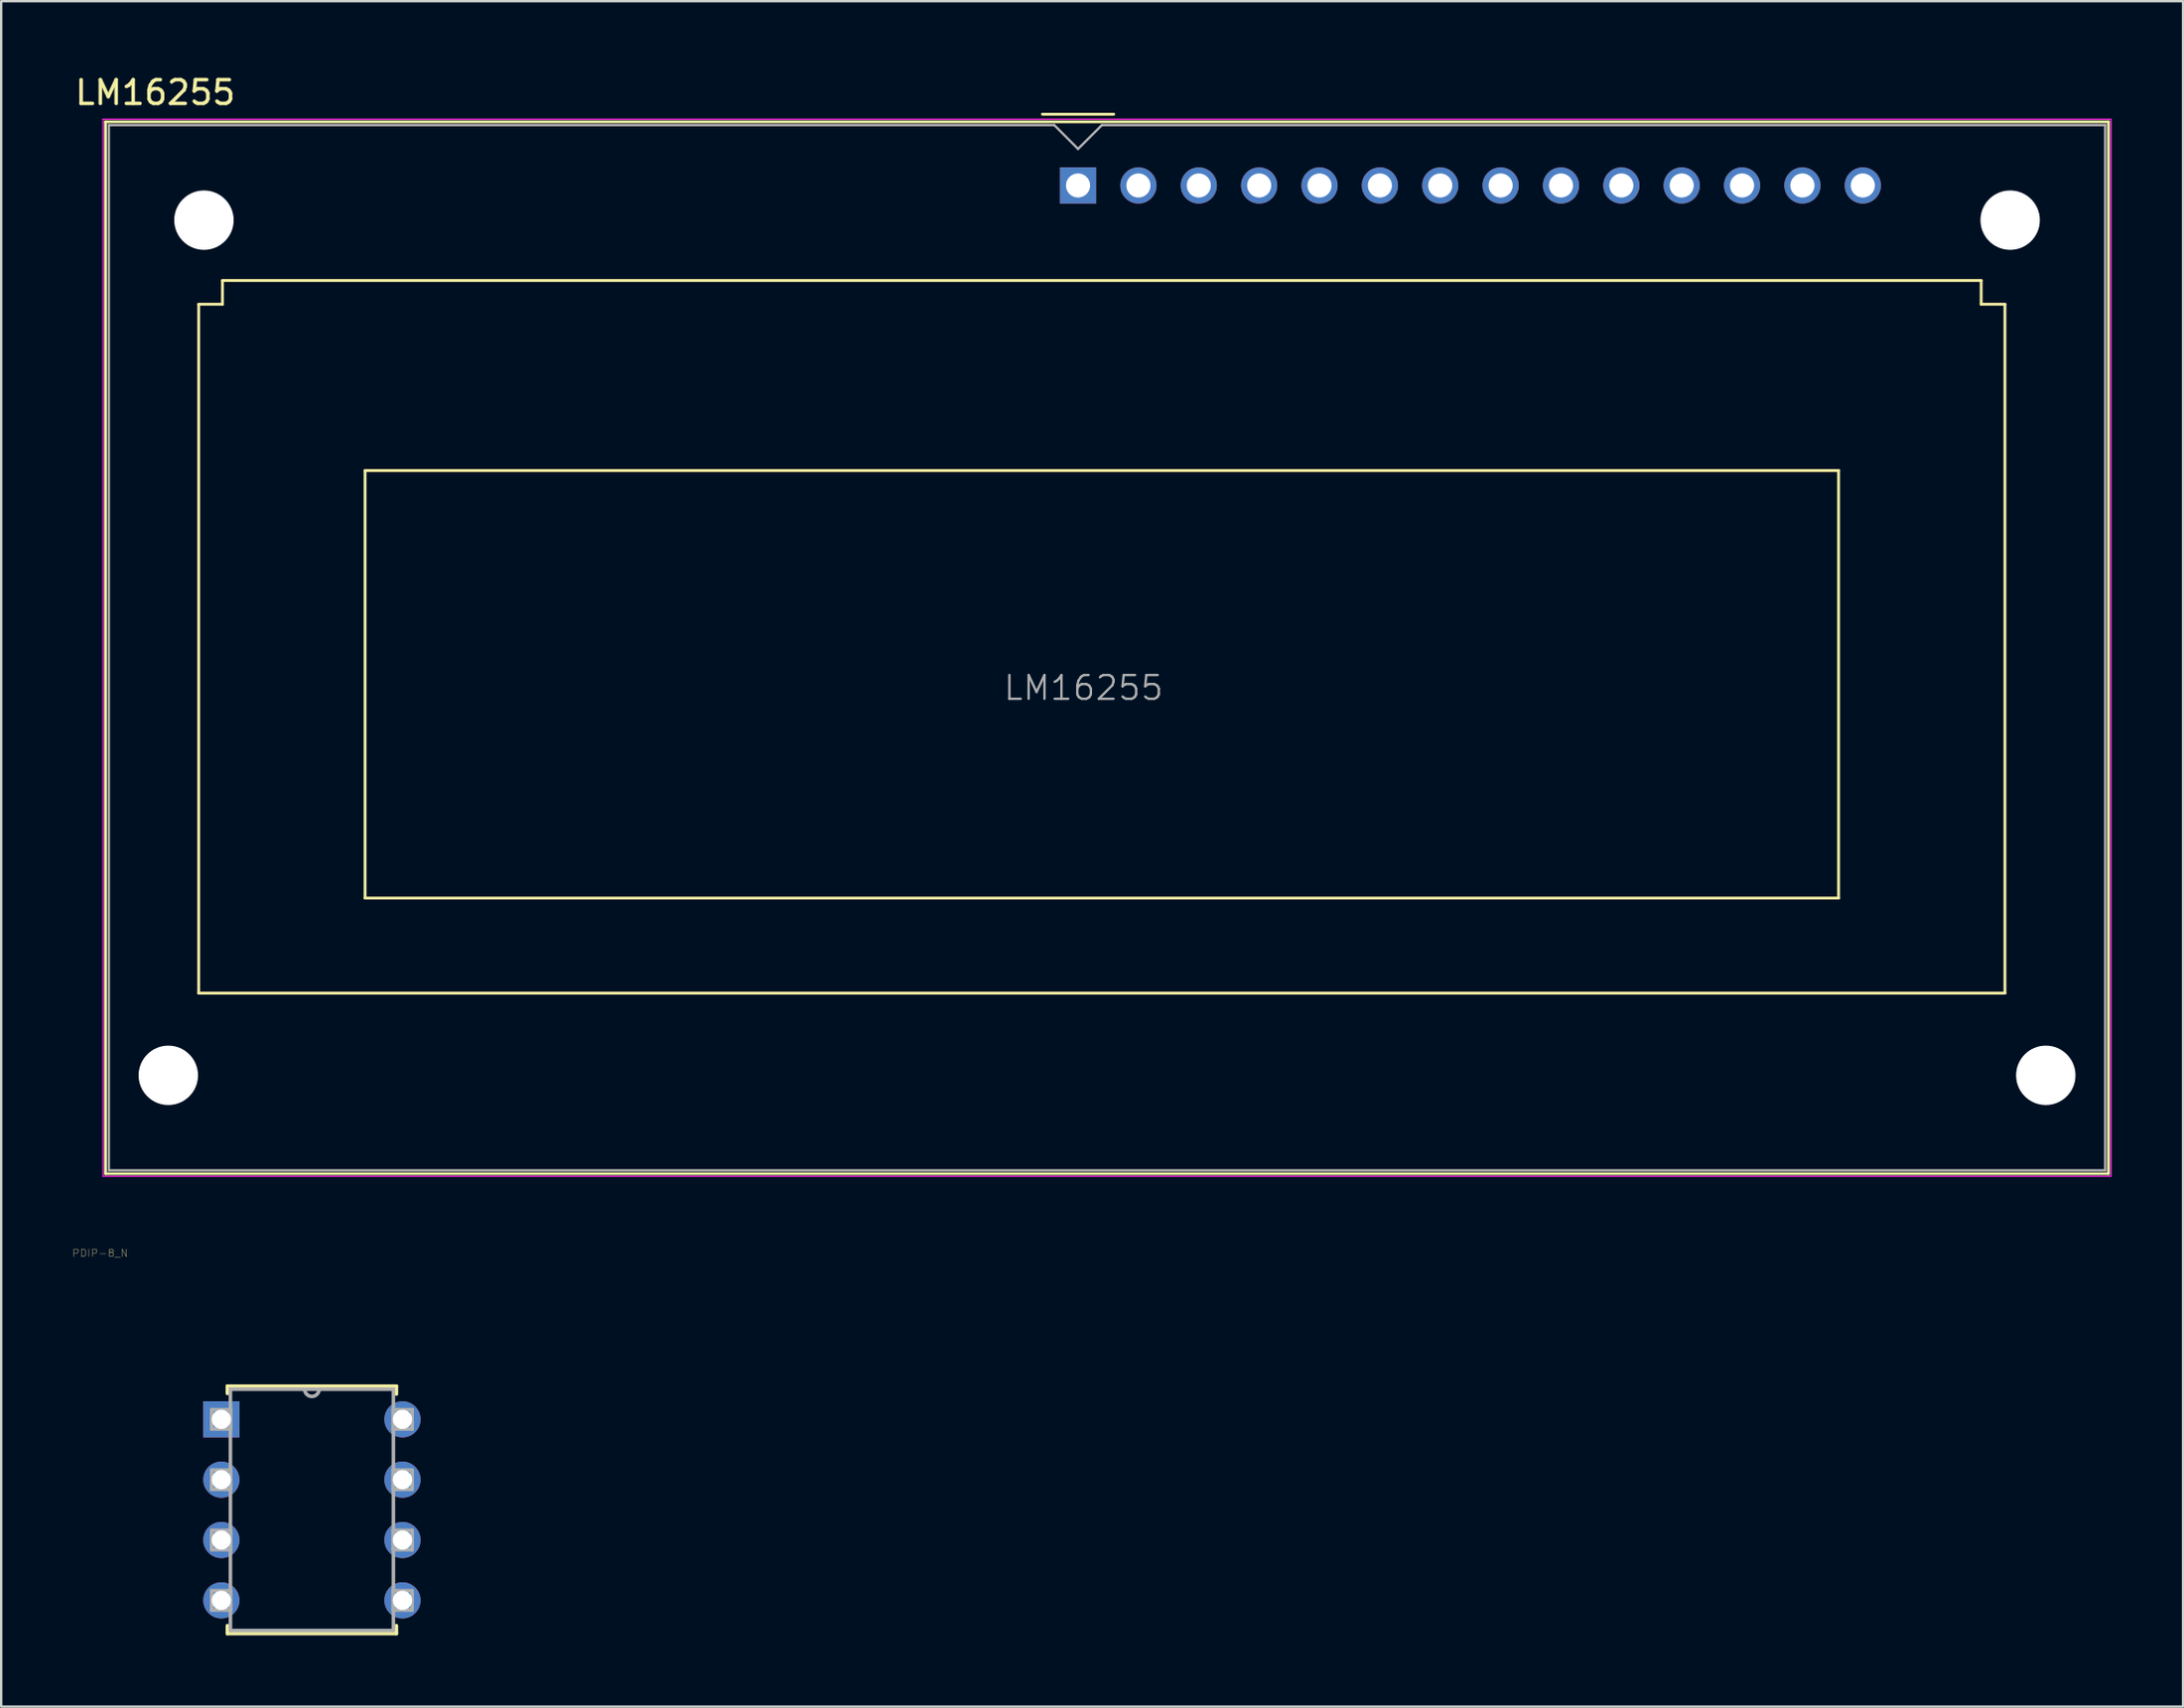
<source format=kicad_pcb>
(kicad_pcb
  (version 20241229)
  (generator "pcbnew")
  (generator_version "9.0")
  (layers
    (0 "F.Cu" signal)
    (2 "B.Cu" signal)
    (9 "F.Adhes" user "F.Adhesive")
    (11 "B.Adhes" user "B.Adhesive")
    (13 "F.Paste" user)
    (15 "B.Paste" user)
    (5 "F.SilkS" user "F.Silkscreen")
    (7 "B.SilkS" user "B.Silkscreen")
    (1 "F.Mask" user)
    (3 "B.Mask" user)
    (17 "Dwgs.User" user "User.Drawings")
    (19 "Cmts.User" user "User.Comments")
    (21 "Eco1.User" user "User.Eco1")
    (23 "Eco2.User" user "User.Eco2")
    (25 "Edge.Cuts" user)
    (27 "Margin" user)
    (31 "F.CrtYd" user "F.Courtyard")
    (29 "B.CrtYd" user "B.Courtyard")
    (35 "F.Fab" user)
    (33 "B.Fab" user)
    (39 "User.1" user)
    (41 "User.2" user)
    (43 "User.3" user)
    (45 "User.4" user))
  (footprint "PDIP-8_N"
    (layer "F.Cu")
    (at 13.884 64.32)
    (property "Reference" "PDIP-8_N" (at -12.716 -14.616 0) (layer "F.SilkS") (effects (font (size 0.315 0.315) (thickness 0.015))))
    (attr through_hole)
    (fp_line (start -7.366 -9.017) (end -7.366 -8.712) (stroke (width 0.152) (type solid)) (layer "F.SilkS"))
    (fp_line (start -7.366 1.067) (end -7.366 1.397) (stroke (width 0.152) (type solid)) (layer "F.SilkS"))
    (fp_line (start -7.366 1.397) (end -0.254 1.397) (stroke (width 0.152) (type solid)) (layer "F.SilkS"))
    (fp_line (start -0.254 -9.017) (end -7.366 -9.017) (stroke (width 0.152) (type solid)) (layer "F.SilkS"))
    (fp_line (start -0.254 -8.687) (end -0.254 -9.017) (stroke (width 0.152) (type solid)) (layer "F.SilkS"))
    (fp_line (start -0.254 1.397) (end -0.254 1.067) (stroke (width 0.152) (type solid)) (layer "F.SilkS"))
    (fp_line (start -8.026 -8.026) (end -8.026 -7.214) (stroke (width 0.152) (type solid)) (layer "F.Fab"))
    (fp_line (start -8.026 -7.214) (end -7.239 -7.214) (stroke (width 0.152) (type solid)) (layer "F.Fab"))
    (fp_line (start -8.026 -5.486) (end -8.026 -4.674) (stroke (width 0.152) (type solid)) (layer "F.Fab"))
    (fp_line (start -8.026 -4.674) (end -7.239 -4.674) (stroke (width 0.152) (type solid)) (layer "F.Fab"))
    (fp_line (start -8.026 -2.946) (end -8.026 -2.134) (stroke (width 0.152) (type solid)) (layer "F.Fab"))
    (fp_line (start -8.026 -2.134) (end -7.239 -2.134) (stroke (width 0.152) (type solid)) (layer "F.Fab"))
    (fp_line (start -8.026 -0.406) (end -8.026 0.406) (stroke (width 0.152) (type solid)) (layer "F.Fab"))
    (fp_line (start -8.026 0.406) (end -7.239 0.406) (stroke (width 0.152) (type solid)) (layer "F.Fab"))
    (fp_line (start -7.239 -8.89) (end -7.239 1.27) (stroke (width 0.152) (type solid)) (layer "F.Fab"))
    (fp_line (start -7.239 -8.026) (end -8.026 -8.026) (stroke (width 0.152) (type solid)) (layer "F.Fab"))
    (fp_line (start -7.239 -7.214) (end -7.239 -8.026) (stroke (width 0.152) (type solid)) (layer "F.Fab"))
    (fp_line (start -7.239 -5.486) (end -8.026 -5.486) (stroke (width 0.152) (type solid)) (layer "F.Fab"))
    (fp_line (start -7.239 -4.674) (end -7.239 -5.486) (stroke (width 0.152) (type solid)) (layer "F.Fab"))
    (fp_line (start -7.239 -2.946) (end -8.026 -2.946) (stroke (width 0.152) (type solid)) (layer "F.Fab"))
    (fp_line (start -7.239 -2.134) (end -7.239 -2.946) (stroke (width 0.152) (type solid)) (layer "F.Fab"))
    (fp_line (start -7.239 -0.406) (end -8.026 -0.406) (stroke (width 0.152) (type solid)) (layer "F.Fab"))
    (fp_line (start -7.239 0.406) (end -7.239 -0.406) (stroke (width 0.152) (type solid)) (layer "F.Fab"))
    (fp_line (start -7.239 1.27) (end -0.381 1.27) (stroke (width 0.152) (type solid)) (layer "F.Fab"))
    (fp_line (start -4.115 -8.89) (end -7.239 -8.89) (stroke (width 0.152) (type solid)) (layer "F.Fab"))
    (fp_line (start -3.505 -8.89) (end -4.115 -8.89) (stroke (width 0.152) (type solid)) (layer "F.Fab"))
    (fp_line (start -0.381 -8.89) (end -3.505 -8.89) (stroke (width 0.152) (type solid)) (layer "F.Fab"))
    (fp_line (start -0.381 -8.026) (end -0.381 -7.214) (stroke (width 0.152) (type solid)) (layer "F.Fab"))
    (fp_line (start -0.381 -7.214) (end 0.406 -7.214) (stroke (width 0.152) (type solid)) (layer "F.Fab"))
    (fp_line (start -0.381 -5.486) (end -0.381 -4.674) (stroke (width 0.152) (type solid)) (layer "F.Fab"))
    (fp_line (start -0.381 -4.674) (end 0.406 -4.674) (stroke (width 0.152) (type solid)) (layer "F.Fab"))
    (fp_line (start -0.381 -2.946) (end -0.381 -2.134) (stroke (width 0.152) (type solid)) (layer "F.Fab"))
    (fp_line (start -0.381 -2.134) (end 0.406 -2.134) (stroke (width 0.152) (type solid)) (layer "F.Fab"))
    (fp_line (start -0.381 -0.406) (end -0.381 0.406) (stroke (width 0.152) (type solid)) (layer "F.Fab"))
    (fp_line (start -0.381 0.406) (end 0.406 0.406) (stroke (width 0.152) (type solid)) (layer "F.Fab"))
    (fp_line (start -0.381 1.27) (end -0.381 -8.89) (stroke (width 0.152) (type solid)) (layer "F.Fab"))
    (fp_line (start 0.406 -8.026) (end -0.381 -8.026) (stroke (width 0.152) (type solid)) (layer "F.Fab"))
    (fp_line (start 0.406 -7.214) (end 0.406 -8.026) (stroke (width 0.152) (type solid)) (layer "F.Fab"))
    (fp_line (start 0.406 -5.486) (end -0.381 -5.486) (stroke (width 0.152) (type solid)) (layer "F.Fab"))
    (fp_line (start 0.406 -4.674) (end 0.406 -5.486) (stroke (width 0.152) (type solid)) (layer "F.Fab"))
    (fp_line (start 0.406 -2.946) (end -0.381 -2.946) (stroke (width 0.152) (type solid)) (layer "F.Fab"))
    (fp_line (start 0.406 -2.134) (end 0.406 -2.946) (stroke (width 0.152) (type solid)) (layer "F.Fab"))
    (fp_line (start 0.406 -0.406) (end -0.381 -0.406) (stroke (width 0.152) (type solid)) (layer "F.Fab"))
    (fp_line (start 0.406 0.406) (end 0.406 -0.406) (stroke (width 0.152) (type solid)) (layer "F.Fab"))
    (fp_arc (start -3.5052 -8.89) (mid -3.81 -8.5852) (end -4.1148 -8.89) (stroke (width 0.1524) (type solid)) (layer "F.Fab"))
    (pad "1" thru_hole rect (at -7.62 -7.62) (size 1.524 1.524) (drill 0.813) (layers "*.Cu" "*.Mask"))
    (pad "2" thru_hole circle (at -7.62 -5.08) (size 1.524 1.524) (drill 0.813) (layers "*.Cu" "*.Mask"))
    (pad "3" thru_hole circle (at -7.62 -2.54) (size 1.524 1.524) (drill 0.813) (layers "*.Cu" "*.Mask"))
    (pad "4" thru_hole circle (at -7.62 0) (size 1.524 1.524) (drill 0.813) (layers "*.Cu" "*.Mask"))
    (pad "5" thru_hole circle (at 0 0) (size 1.524 1.524) (drill 0.813) (layers "*.Cu" "*.Mask"))
    (pad "6" thru_hole circle (at 0 -2.54) (size 1.524 1.524) (drill 0.813) (layers "*.Cu" "*.Mask"))
    (pad "7" thru_hole circle (at 0 -5.08) (size 1.524 1.524) (drill 0.813) (layers "*.Cu" "*.Mask"))
    (pad "8" thru_hole circle (at 0 -7.62) (size 1.524 1.524) (drill 0.813) (layers "*.Cu" "*.Mask")))
  (footprint "LM16255"
    (layer "F.Cu")
    (at 42.312 4.758)
    (property "Reference" "LM16255" (at -38.83 -3.91 0) (layer "F.SilkS") (effects (font (size 1 1) (thickness 0.15))))
    (attr through_hole)
    (fp_line (start -40.92 -2.68) (end 43.36 -2.68) (stroke (width 0.12) (type solid)) (layer "F.SilkS"))
    (fp_line (start -40.92 41.6) (end -40.92 -2.68) (stroke (width 0.12) (type solid)) (layer "F.SilkS"))
    (fp_line (start -37 5) (end -36 5) (stroke (width 0.12) (type solid)) (layer "F.SilkS"))
    (fp_line (start -37 34) (end -37 5) (stroke (width 0.12) (type solid)) (layer "F.SilkS"))
    (fp_line (start -36 4) (end 38 4) (stroke (width 0.12) (type solid)) (layer "F.SilkS"))
    (fp_line (start -36 5) (end -36 4) (stroke (width 0.12) (type solid)) (layer "F.SilkS"))
    (fp_line (start -30 12) (end 32 12) (stroke (width 0.12) (type solid)) (layer "F.SilkS"))
    (fp_line (start -30 30) (end -30 12) (stroke (width 0.12) (type solid)) (layer "F.SilkS"))
    (fp_line (start -1.5 -3) (end 1.5 -3) (stroke (width 0.12) (type solid)) (layer "F.SilkS"))
    (fp_line (start 32 12) (end 32 30) (stroke (width 0.12) (type solid)) (layer "F.SilkS"))
    (fp_line (start 32 30) (end -30 30) (stroke (width 0.12) (type solid)) (layer "F.SilkS"))
    (fp_line (start 38 4) (end 38 5) (stroke (width 0.12) (type solid)) (layer "F.SilkS"))
    (fp_line (start 38 5) (end 39 5) (stroke (width 0.12) (type solid)) (layer "F.SilkS"))
    (fp_line (start 39 5) (end 39 34) (stroke (width 0.12) (type solid)) (layer "F.SilkS"))
    (fp_line (start 39 34) (end -37 34) (stroke (width 0.12) (type solid)) (layer "F.SilkS"))
    (fp_line (start 43.36 -2.68) (end 43.36 41.6) (stroke (width 0.12) (type solid)) (layer "F.SilkS"))
    (fp_line (start 43.36 41.6) (end -40.92 41.6) (stroke (width 0.12) (type solid)) (layer "F.SilkS"))
    (fp_line (start -41.03 -2.79) (end 43.47 -2.79) (stroke (width 0.05) (type solid)) (layer "F.CrtYd"))
    (fp_line (start -41.03 41.71) (end -41.03 -2.79) (stroke (width 0.05) (type solid)) (layer "F.CrtYd"))
    (fp_line (start 43.47 -2.79) (end 43.47 41.71) (stroke (width 0.05) (type solid)) (layer "F.CrtYd"))
    (fp_line (start 43.47 41.71) (end -41.03 41.71) (stroke (width 0.05) (type solid)) (layer "F.CrtYd"))
    (fp_line (start -40.78 -2.54) (end -40.78 41.46) (stroke (width 0.1) (type solid)) (layer "F.Fab"))
    (fp_line (start -40.78 41.46) (end 43.22 41.46) (stroke (width 0.1) (type solid)) (layer "F.Fab"))
    (fp_line (start -1 -2.54) (end -40.78 -2.54) (stroke (width 0.1) (type solid)) (layer "F.Fab"))
    (fp_line (start 0 -1.54) (end -1 -2.54) (stroke (width 0.1) (type solid)) (layer "F.Fab"))
    (fp_line (start 1 -2.54) (end 0 -1.54) (stroke (width 0.1) (type solid)) (layer "F.Fab"))
    (fp_line (start 1 -2.54) (end 43.22 -2.54) (stroke (width 0.1) (type solid)) (layer "F.Fab"))
    (fp_line (start 43.22 -2.54) (end 43.22 41.46) (stroke (width 0.1) (type solid)) (layer "F.Fab"))
    (fp_text user "${REFERENCE}" (at 0.23 21.15 0) (layer "F.Fab") (effects (font (size 1 1) (thickness 0.1))))
    (pad "" np_thru_hole circle (at -38.28 37.46 180) (size 2.5 2.5) (drill 2.5) (layers "*.Cu" "*.Mask"))
    (pad "" np_thru_hole circle (at -36.78 1.46 180) (size 2.5 2.5) (drill 2.5) (layers "*.Cu" "*.Mask"))
    (pad "" np_thru_hole circle (at 39.22 1.46 180) (size 2.5 2.5) (drill 2.5) (layers "*.Cu" "*.Mask"))
    (pad "" np_thru_hole circle (at 40.72 37.46 180) (size 2.5 2.5) (drill 2.5) (layers "*.Cu" "*.Mask"))
    (pad "1" thru_hole rect (at 0 0 180) (size 1.524 1.524) (drill 1.016) (layers "*.Cu" "*.Mask"))
    (pad "2" thru_hole circle (at 2.54 0 180) (size 1.524 1.524) (drill 1.016) (layers "*.Cu" "*.Mask"))
    (pad "3" thru_hole circle (at 5.08 0 180) (size 1.524 1.524) (drill 1.016) (layers "*.Cu" "*.Mask"))
    (pad "4" thru_hole circle (at 7.62 0 180) (size 1.524 1.524) (drill 1.016) (layers "*.Cu" "*.Mask"))
    (pad "5" thru_hole circle (at 10.16 0 180) (size 1.524 1.524) (drill 1.016) (layers "*.Cu" "*.Mask"))
    (pad "6" thru_hole circle (at 12.7 0 180) (size 1.524 1.524) (drill 1.016) (layers "*.Cu" "*.Mask"))
    (pad "7" thru_hole circle (at 15.24 0 180) (size 1.524 1.524) (drill 1.016) (layers "*.Cu" "*.Mask"))
    (pad "8" thru_hole circle (at 17.78 0 180) (size 1.524 1.524) (drill 1.016) (layers "*.Cu" "*.Mask"))
    (pad "9" thru_hole circle (at 20.32 0 180) (size 1.524 1.524) (drill 1.016) (layers "*.Cu" "*.Mask"))
    (pad "10" thru_hole circle (at 22.86 0 180) (size 1.524 1.524) (drill 1.016) (layers "*.Cu" "*.Mask"))
    (pad "11" thru_hole circle (at 25.4 0 180) (size 1.524 1.524) (drill 1.016) (layers "*.Cu" "*.Mask"))
    (pad "12" thru_hole circle (at 27.94 0 180) (size 1.524 1.524) (drill 1.016) (layers "*.Cu" "*.Mask"))
    (pad "13" thru_hole circle (at 30.48 0 180) (size 1.524 1.524) (drill 1.016) (layers "*.Cu" "*.Mask"))
    (pad "14" thru_hole circle (at 33.02 0 180) (size 1.524 1.524) (drill 1.016) (layers "*.Cu" "*.Mask")))
  (gr_rect
    (start -3 -3)
    (end 88.807 68.793)
    (stroke (width 0.1) (type default))
    (fill no)
    (layer "Edge.Cuts")))
</source>
